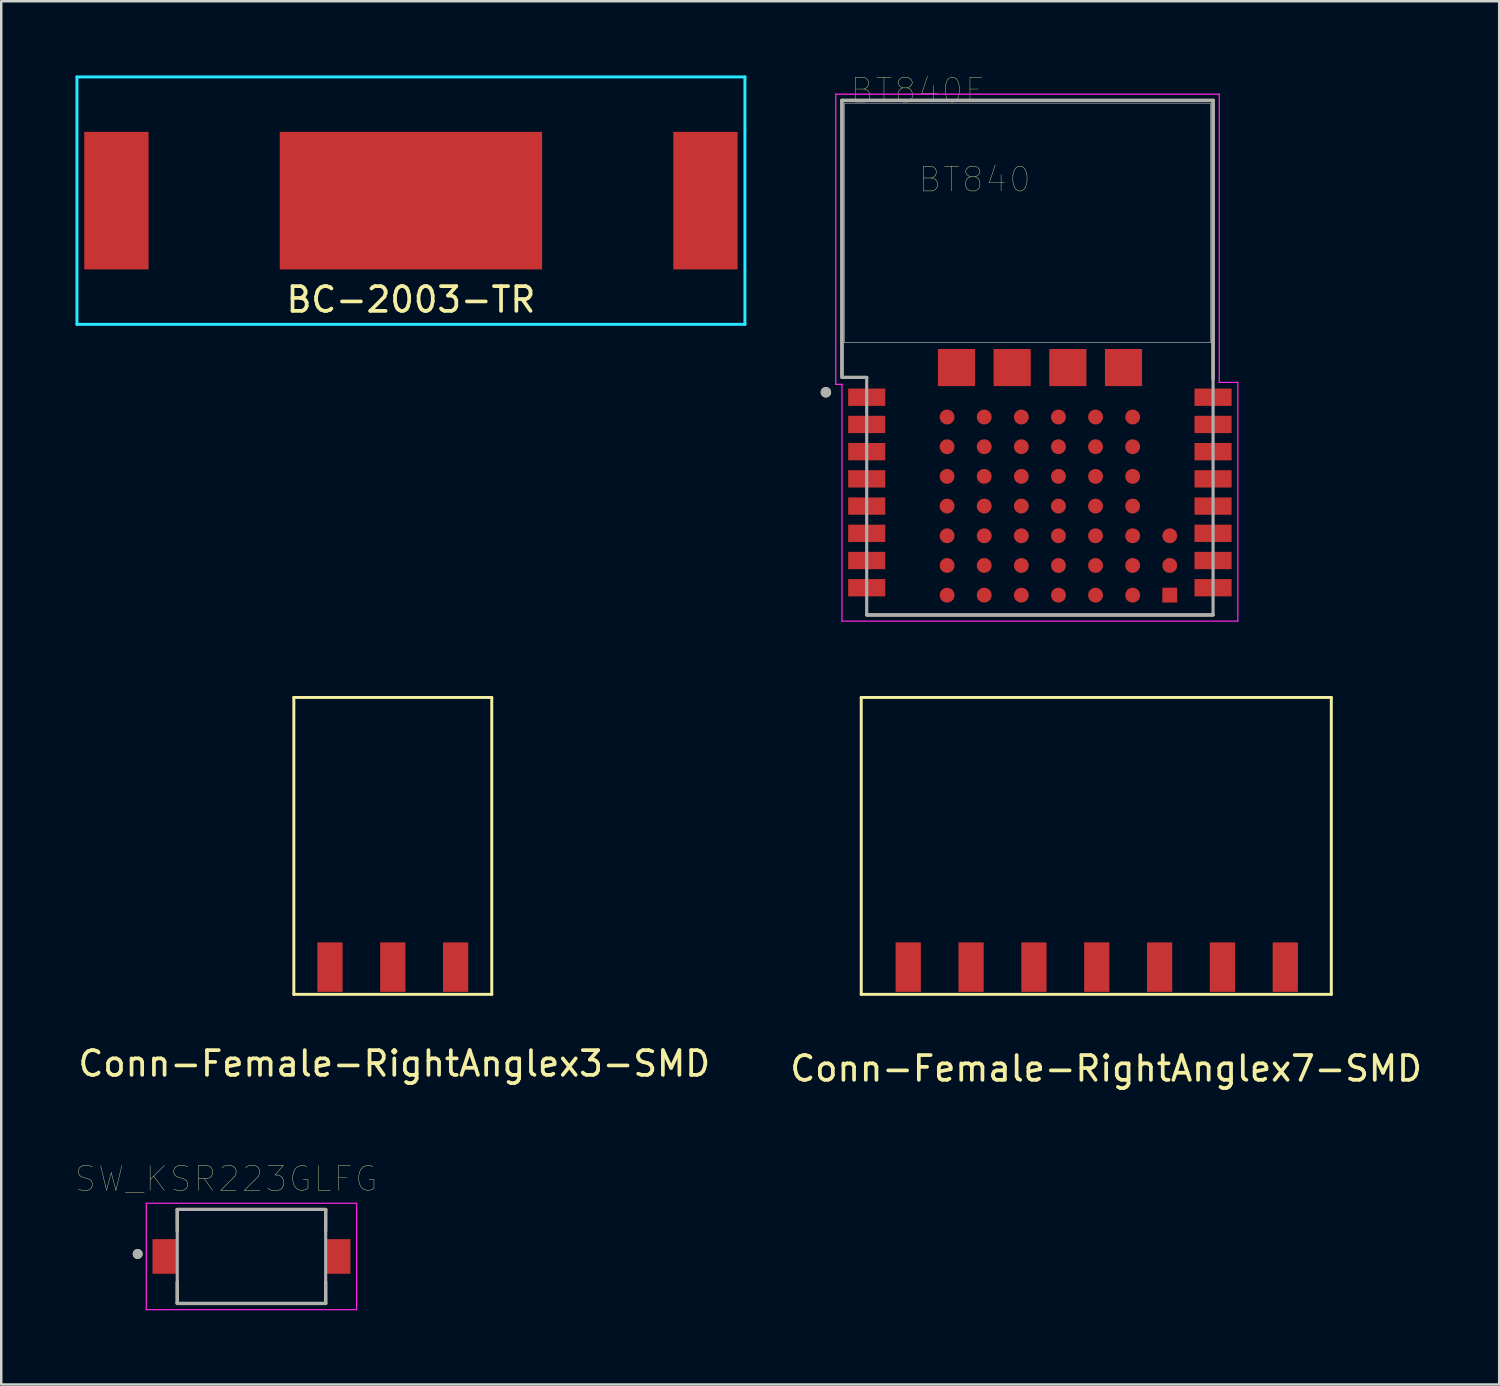
<source format=kicad_pcb>
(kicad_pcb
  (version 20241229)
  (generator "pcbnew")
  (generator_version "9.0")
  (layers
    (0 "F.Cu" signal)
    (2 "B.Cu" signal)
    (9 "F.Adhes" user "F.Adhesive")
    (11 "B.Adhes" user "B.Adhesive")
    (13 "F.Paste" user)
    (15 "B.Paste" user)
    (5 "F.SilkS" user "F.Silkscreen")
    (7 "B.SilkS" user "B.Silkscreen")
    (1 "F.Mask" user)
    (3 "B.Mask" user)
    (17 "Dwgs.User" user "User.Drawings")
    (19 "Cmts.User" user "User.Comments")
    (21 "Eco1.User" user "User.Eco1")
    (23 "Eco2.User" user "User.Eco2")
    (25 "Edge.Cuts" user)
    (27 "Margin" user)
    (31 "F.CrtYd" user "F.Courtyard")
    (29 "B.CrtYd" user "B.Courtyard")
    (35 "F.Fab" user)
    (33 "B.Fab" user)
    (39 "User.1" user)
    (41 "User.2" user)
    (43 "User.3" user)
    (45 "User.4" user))
  (footprint "Conn-Female-RightAnglex3-SMD"
    (layer "F.Cu")
    (at 10.287 36.041)
    (property "Reference" "Conn-Female-RightAnglex3-SMD" (at 2.6 3.9 0) (layer "F.SilkS") (effects (font (size 1 1) (thickness 0.15))))
    (attr through_hole)
    (fp_line (start -1.46 -10.9) (end 6.54 -10.9) (stroke (width 0.12) (type solid)) (layer "F.SilkS"))
    (fp_line (start -1.46 1.1) (end -1.46 -10.9) (stroke (width 0.12) (type solid)) (layer "F.SilkS"))
    (fp_line (start 6.54 -10.9) (end 6.54 1.1) (stroke (width 0.12) (type solid)) (layer "F.SilkS"))
    (fp_line (start 6.54 1.1) (end -1.46 1.1) (stroke (width 0.12) (type solid)) (layer "F.SilkS"))
    (pad "1" smd rect (at 0 0) (size 1.02 2) (layers "F.Cu" "F.Mask" "F.Paste"))
    (pad "2" smd rect (at 2.54 0) (size 1.02 2) (layers "F.Cu" "F.Mask" "F.Paste"))
    (pad "3" smd rect (at 5.08 0) (size 1.02 2) (layers "F.Cu" "F.Mask" "F.Paste")))
  (footprint "BT840F"
    (layer "F.Cu")
    (at 38.482 11.406)
    (property "Reference" "BT840F" (at -4.445 -10.795 0) (layer "F.SilkS") (effects (font (size 1 1) (thickness 0.015))))
    (attr through_hole)
    (fp_line (start -7.5 -10.4) (end 7.5 -10.4) (stroke (width 0.127) (type solid)) (layer "F.SilkS"))
    (fp_line (start -7.5 0.73) (end -7.5 -10.4) (stroke (width 0.127) (type solid)) (layer "F.SilkS"))
    (fp_line (start -6.5 0.8) (end -7.5 0.8) (stroke (width 0.127) (type solid)) (layer "F.SilkS"))
    (fp_line (start 7.5 -10.4) (end 7.5 0.85) (stroke (width 0.127) (type solid)) (layer "F.SilkS"))
    (fp_line (start 7.5 10.4) (end -6.5 10.4) (stroke (width 0.127) (type solid)) (layer "F.SilkS"))
    (fp_line (start 7.503 -5.6) (end 7.5 0.85) (stroke (width 0.001) (type solid)) (layer "F.SilkS"))
    (fp_circle (center -8.15 1.4) (end -8.038 1.4) (stroke (width 0.2) (type solid)) (fill no) (layer "F.SilkS"))
    (fp_poly (pts (xy -7.4 -10.29) (xy 7.4 -10.29) (xy 7.4 -0.6) (xy -7.4 -0.6)) (stroke (width 0.01) (type solid)) (fill no) (layer "Dwgs.User"))
    (fp_poly (pts (xy -7.4 -10.29) (xy 7.4 -10.29) (xy 7.4 -0.6) (xy -7.4 -0.6)) (stroke (width 0.01) (type solid)) (fill no) (layer "Dwgs.User"))
    (fp_poly (pts (xy -7.4 -10.29) (xy 7.4 -10.29) (xy 7.4 -0.6) (xy -7.4 -0.6)) (stroke (width 0.01) (type solid)) (fill no) (layer "Dwgs.User"))
    (fp_line (start -7.75 -10.65) (end 7.75 -10.65) (stroke (width 0.05) (type solid)) (layer "F.CrtYd"))
    (fp_line (start -7.75 1.08) (end -7.75 -10.65) (stroke (width 0.05) (type solid)) (layer "F.CrtYd"))
    (fp_line (start -7.5 1.08) (end -7.75 1.08) (stroke (width 0.05) (type solid)) (layer "F.CrtYd"))
    (fp_line (start -7.5 10.65) (end -7.5 1.08) (stroke (width 0.05) (type solid)) (layer "F.CrtYd"))
    (fp_line (start 7.75 -10.65) (end 7.75 1) (stroke (width 0.05) (type solid)) (layer "F.CrtYd"))
    (fp_line (start 7.75 1) (end 8.5 1) (stroke (width 0.05) (type solid)) (layer "F.CrtYd"))
    (fp_line (start 8.5 1) (end 8.5 10.65) (stroke (width 0.05) (type solid)) (layer "F.CrtYd"))
    (fp_line (start 8.5 10.65) (end -7.5 10.65) (stroke (width 0.05) (type solid)) (layer "F.CrtYd"))
    (fp_line (start -7.5 -10.4) (end 7.5 -10.4) (stroke (width 0.127) (type solid)) (layer "F.Fab"))
    (fp_line (start -7.5 0.73) (end -7.5 -10.4) (stroke (width 0.127) (type solid)) (layer "F.Fab"))
    (fp_line (start -6.505 10.398) (end -6.505 9.879) (stroke (width 0.001) (type solid)) (layer "F.Fab"))
    (fp_line (start -6.5 0.8) (end -7.5 0.8) (stroke (width 0.127) (type solid)) (layer "F.Fab"))
    (fp_line (start -6.5 10.4) (end -6.5 0.8) (stroke (width 0.127) (type solid)) (layer "F.Fab"))
    (fp_line (start 7.5 -10.4) (end 7.5 0.85) (stroke (width 0.127) (type solid)) (layer "F.Fab"))
    (fp_line (start 7.5 0.85) (end 7.5 10.4) (stroke (width 0.127) (type solid)) (layer "F.Fab"))
    (fp_line (start 7.5 10.4) (end -6.5 10.4) (stroke (width 0.127) (type solid)) (layer "F.Fab"))
    (fp_line (start 7.5 9.811) (end 7.5 10.39) (stroke (width 0.001) (type solid)) (layer "F.Fab"))
    (fp_line (start 7.503 -5.6) (end 7.5 0.85) (stroke (width 0.001) (type solid)) (layer "F.Fab"))
    (fp_circle (center -8.15 1.4) (end -8.038 1.4) (stroke (width 0.2) (type solid)) (fill no) (layer "F.Fab"))
    (fp_text user "BT840" (at -2.14 -7.2 0) (layer "F.SilkS") (effects (font (size 1 1) (thickness 0.015))))
    (pad "1" smd rect (at -6.5 1.6) (size 1.5 0.7) (layers "F.Cu" "F.Mask" "F.Paste"))
    (pad "2" smd rect (at -6.5 2.7) (size 1.5 0.7) (layers "F.Cu" "F.Mask" "F.Paste"))
    (pad "3" smd rect (at -6.5 3.8) (size 1.5 0.7) (layers "F.Cu" "F.Mask" "F.Paste"))
    (pad "4" smd rect (at -6.5 4.9) (size 1.5 0.7) (layers "F.Cu" "F.Mask" "F.Paste"))
    (pad "5" smd rect (at -6.5 6) (size 1.5 0.7) (layers "F.Cu" "F.Mask" "F.Paste"))
    (pad "6" smd rect (at -6.5 7.1) (size 1.5 0.7) (layers "F.Cu" "F.Mask" "F.Paste"))
    (pad "7" smd rect (at -6.5 8.2) (size 1.5 0.7) (layers "F.Cu" "F.Mask" "F.Paste"))
    (pad "8" smd rect (at -6.5 9.3) (size 1.5 0.7) (layers "F.Cu" "F.Mask" "F.Paste"))
    (pad "9" smd rect (at 7.5 9.3) (size 1.5 0.7) (layers "F.Cu" "F.Mask" "F.Paste"))
    (pad "10" smd rect (at 7.5 8.2) (size 1.5 0.7) (layers "F.Cu" "F.Mask" "F.Paste"))
    (pad "11" smd rect (at 7.5 7.1) (size 1.5 0.7) (layers "F.Cu" "F.Mask" "F.Paste"))
    (pad "12" smd rect (at 7.5 6) (size 1.5 0.7) (layers "F.Cu" "F.Mask" "F.Paste"))
    (pad "13" smd rect (at 7.5 4.9) (size 1.5 0.7) (layers "F.Cu" "F.Mask" "F.Paste"))
    (pad "14" smd rect (at 7.5 3.8) (size 1.5 0.7) (layers "F.Cu" "F.Mask" "F.Paste"))
    (pad "15" smd rect (at 7.5 2.7) (size 1.5 0.7) (layers "F.Cu" "F.Mask" "F.Paste"))
    (pad "16" smd rect (at 7.5 1.6) (size 1.5 0.7) (layers "F.Cu" "F.Mask" "F.Paste"))
    (pad "A0" smd circle (at -1.75 2.4) (size 0.6 0.6) (layers "F.Cu" "F.Mask" "F.Paste"))
    (pad "A1" smd circle (at -1.75 3.6) (size 0.6 0.6) (layers "F.Cu" "F.Mask" "F.Paste"))
    (pad "A2" smd circle (at -1.75 4.8) (size 0.6 0.6) (layers "F.Cu" "F.Mask" "F.Paste"))
    (pad "A3" smd circle (at -1.75 6) (size 0.6 0.6) (layers "F.Cu" "F.Mask" "F.Paste"))
    (pad "A4" smd circle (at -1.75 7.2) (size 0.6 0.6) (layers "F.Cu" "F.Mask" "F.Paste"))
    (pad "A5" smd circle (at -1.75 8.4) (size 0.6 0.6) (layers "F.Cu" "F.Mask" "F.Paste"))
    (pad "A6" smd circle (at -1.75 9.6) (size 0.6 0.6) (layers "F.Cu" "F.Mask" "F.Paste"))
    (pad "B0" smd circle (at -0.25 2.4) (size 0.6 0.6) (layers "F.Cu" "F.Mask" "F.Paste"))
    (pad "B1" smd circle (at -0.25 3.6) (size 0.6 0.6) (layers "F.Cu" "F.Mask" "F.Paste"))
    (pad "B2" smd circle (at -0.25 4.8) (size 0.6 0.6) (layers "F.Cu" "F.Mask" "F.Paste"))
    (pad "B3" smd circle (at -0.25 6) (size 0.6 0.6) (layers "F.Cu" "F.Mask" "F.Paste"))
    (pad "B4" smd circle (at -0.25 7.2) (size 0.6 0.6) (layers "F.Cu" "F.Mask" "F.Paste"))
    (pad "B5" smd circle (at -0.25 8.4) (size 0.6 0.6) (layers "F.Cu" "F.Mask" "F.Paste"))
    (pad "B6" smd circle (at -0.25 9.6) (size 0.6 0.6) (layers "F.Cu" "F.Mask" "F.Paste"))
    (pad "C0" smd circle (at 1.25 2.4) (size 0.6 0.6) (layers "F.Cu" "F.Mask" "F.Paste"))
    (pad "C1" smd circle (at 1.25 3.6) (size 0.6 0.6) (layers "F.Cu" "F.Mask" "F.Paste"))
    (pad "C2" smd circle (at 1.25 4.8) (size 0.6 0.6) (layers "F.Cu" "F.Mask" "F.Paste"))
    (pad "C3" smd circle (at 1.25 6) (size 0.6 0.6) (layers "F.Cu" "F.Mask" "F.Paste"))
    (pad "C4" smd circle (at 1.25 7.2) (size 0.6 0.6) (layers "F.Cu" "F.Mask" "F.Paste"))
    (pad "C5" smd circle (at 1.25 8.4) (size 0.6 0.6) (layers "F.Cu" "F.Mask" "F.Paste"))
    (pad "C6" smd circle (at 1.25 9.6) (size 0.6 0.6) (layers "F.Cu" "F.Mask" "F.Paste"))
    (pad "D0" smd circle (at 2.75 2.4) (size 0.6 0.6) (layers "F.Cu" "F.Mask" "F.Paste"))
    (pad "D1" smd circle (at 2.75 3.6) (size 0.6 0.6) (layers "F.Cu" "F.Mask" "F.Paste"))
    (pad "D2" smd circle (at 2.75 4.8) (size 0.6 0.6) (layers "F.Cu" "F.Mask" "F.Paste"))
    (pad "D3" smd circle (at 2.75 6) (size 0.6 0.6) (layers "F.Cu" "F.Mask" "F.Paste"))
    (pad "D4" smd circle (at 2.75 7.2) (size 0.6 0.6) (layers "F.Cu" "F.Mask" "F.Paste"))
    (pad "D5" smd circle (at 2.75 8.4) (size 0.6 0.6) (layers "F.Cu" "F.Mask" "F.Paste"))
    (pad "D6" smd circle (at 2.75 9.6) (size 0.6 0.6) (layers "F.Cu" "F.Mask" "F.Paste"))
    (pad "E0" smd circle (at 4.25 2.4) (size 0.6 0.6) (layers "F.Cu" "F.Mask" "F.Paste"))
    (pad "E1" smd circle (at 4.25 3.6) (size 0.6 0.6) (layers "F.Cu" "F.Mask" "F.Paste"))
    (pad "E2" smd circle (at 4.25 4.8) (size 0.6 0.6) (layers "F.Cu" "F.Mask" "F.Paste"))
    (pad "E3" smd circle (at 4.25 6) (size 0.6 0.6) (layers "F.Cu" "F.Mask" "F.Paste"))
    (pad "E4" smd circle (at 4.25 7.2) (size 0.6 0.6) (layers "F.Cu" "F.Mask" "F.Paste"))
    (pad "E5" smd circle (at 4.25 8.4) (size 0.6 0.6) (layers "F.Cu" "F.Mask" "F.Paste"))
    (pad "E6" smd circle (at 4.25 9.6) (size 0.6 0.6) (layers "F.Cu" "F.Mask" "F.Paste"))
    (pad "F0" smd rect (at -2.87 0.4) (size 1.5 1.5) (layers "F.Cu" "F.Mask" "F.Paste"))
    (pad "F1" smd rect (at -0.62 0.4) (size 1.5 1.5) (layers "F.Cu" "F.Mask" "F.Paste"))
    (pad "F2" smd rect (at 1.63 0.4) (size 1.5 1.5) (layers "F.Cu" "F.Mask" "F.Paste"))
    (pad "F3" smd rect (at 3.88 0.4) (size 1.5 1.5) (layers "F.Cu" "F.Mask" "F.Paste"))
    (pad "F4" smd circle (at 5.75 7.2) (size 0.6 0.6) (layers "F.Cu" "F.Mask" "F.Paste"))
    (pad "F5" smd circle (at 5.75 8.4) (size 0.6 0.6) (layers "F.Cu" "F.Mask" "F.Paste"))
    (pad "F6" smd rect (at 5.75 9.6) (size 0.6 0.6) (layers "F.Cu" "F.Mask" "F.Paste"))
    (pad "Z0" smd circle (at -3.25 2.4) (size 0.6 0.6) (layers "F.Cu" "F.Mask" "F.Paste"))
    (pad "Z1" smd circle (at -3.25 3.6) (size 0.6 0.6) (layers "F.Cu" "F.Mask" "F.Paste"))
    (pad "Z2" smd circle (at -3.25 4.8) (size 0.6 0.6) (layers "F.Cu" "F.Mask" "F.Paste"))
    (pad "Z3" smd circle (at -3.25 6) (size 0.6 0.6) (layers "F.Cu" "F.Mask" "F.Paste"))
    (pad "Z4" smd circle (at -3.25 7.2) (size 0.6 0.6) (layers "F.Cu" "F.Mask" "F.Paste"))
    (pad "Z5" smd circle (at -3.25 8.4) (size 0.6 0.6) (layers "F.Cu" "F.Mask" "F.Paste"))
    (pad "Z6" smd circle (at -3.25 9.6) (size 0.6 0.6) (layers "F.Cu" "F.Mask" "F.Paste")))
  (footprint "BC-2003-TR"
    (layer "F.Cu")
    (at 13.56 5.06)
    (property "Reference" "BC-2003-TR" (at 0 4 0) (layer "F.SilkS") (effects (font (size 1 1) (thickness 0.15))))
    (attr through_hole)
    (fp_line (start -13.5 -5) (end -13.5 5) (stroke (width 0.12) (type solid)) (layer "B.CrtYd"))
    (fp_line (start -13.5 -5) (end 13.5 -5) (stroke (width 0.12) (type solid)) (layer "B.CrtYd"))
    (fp_line (start -13.5 5) (end 13.5 5) (stroke (width 0.12) (type solid)) (layer "B.CrtYd"))
    (fp_line (start 13.5 -5) (end 13.5 5) (stroke (width 0.12) (type solid)) (layer "B.CrtYd"))
    (pad "1" smd rect (at -11.905 0) (size 2.6 5.56) (layers "F.Cu" "F.Mask" "F.Paste"))
    (pad "2" smd rect (at 0 0) (size 10.605 5.56) (layers "F.Cu" "F.Mask" "F.Paste"))
    (pad "3" smd rect (at 11.905 0) (size 2.6 5.56) (layers "F.Cu" "F.Mask" "F.Paste")))
  (footprint "Conn-Female-RightAnglex7-SMD"
    (layer "F.Cu")
    (at 33.661 36.041)
    (property "Reference" "Conn-Female-RightAnglex7-SMD" (at 8 4.1 0) (layer "F.SilkS") (effects (font (size 1 1) (thickness 0.15))))
    (attr through_hole)
    (fp_line (start -1.9 -10.9) (end 17.1 -10.9) (stroke (width 0.12) (type solid)) (layer "F.SilkS"))
    (fp_line (start -1.9 1.1) (end -1.9 -10.9) (stroke (width 0.12) (type solid)) (layer "F.SilkS"))
    (fp_line (start 17.1 -10.9) (end 17.1 1.1) (stroke (width 0.12) (type solid)) (layer "F.SilkS"))
    (fp_line (start 17.1 1.1) (end -1.9 1.1) (stroke (width 0.12) (type solid)) (layer "F.SilkS"))
    (pad "1" smd rect (at 0 0) (size 1.02 2) (layers "F.Cu" "F.Mask" "F.Paste"))
    (pad "2" smd rect (at 2.54 0) (size 1.02 2) (layers "F.Cu" "F.Mask" "F.Paste"))
    (pad "3" smd rect (at 5.08 0) (size 1.02 2) (layers "F.Cu" "F.Mask" "F.Paste"))
    (pad "4" smd rect (at 7.62 0) (size 1.02 2) (layers "F.Cu" "F.Mask" "F.Paste"))
    (pad "5" smd rect (at 10.16 0) (size 1.02 2) (layers "F.Cu" "F.Mask" "F.Paste"))
    (pad "6" smd rect (at 12.7 0) (size 1.02 2) (layers "F.Cu" "F.Mask" "F.Paste"))
    (pad "7" smd rect (at 15.24 0) (size 1.02 2) (layers "F.Cu" "F.Mask" "F.Paste")))
  (footprint "SW_KSR223GLFG"
    (layer "F.Cu")
    (at 7.114 47.736)
    (property "Reference" "SW_KSR223GLFG" (at -1.025 -3.135 0) (layer "F.SilkS") (effects (font (size 1 1) (thickness 0.015))))
    (attr through_hole)
    (fp_line (start -3 -1.9) (end 3 -1.9) (stroke (width 0.127) (type solid)) (layer "F.SilkS"))
    (fp_line (start -3 -1.03) (end -3 -1.9) (stroke (width 0.127) (type solid)) (layer "F.SilkS"))
    (fp_line (start -3 1.03) (end -3 1.9) (stroke (width 0.127) (type solid)) (layer "F.SilkS"))
    (fp_line (start -3 1.9) (end 3 1.9) (stroke (width 0.127) (type solid)) (layer "F.SilkS"))
    (fp_line (start 3 -1.9) (end 3 -1.03) (stroke (width 0.127) (type solid)) (layer "F.SilkS"))
    (fp_line (start 3 1.9) (end 3 1.03) (stroke (width 0.127) (type solid)) (layer "F.SilkS"))
    (fp_circle (center -4.6 -0.1) (end -4.5 -0.1) (stroke (width 0.2) (type solid)) (fill no) (layer "F.SilkS"))
    (fp_line (start -4.25 -2.15) (end 4.25 -2.15) (stroke (width 0.05) (type solid)) (layer "F.CrtYd"))
    (fp_line (start -4.25 2.15) (end -4.25 -2.15) (stroke (width 0.05) (type solid)) (layer "F.CrtYd"))
    (fp_line (start 4.25 -2.15) (end 4.25 2.15) (stroke (width 0.05) (type solid)) (layer "F.CrtYd"))
    (fp_line (start 4.25 2.15) (end -4.25 2.15) (stroke (width 0.05) (type solid)) (layer "F.CrtYd"))
    (fp_line (start -3 -1.9) (end 3 -1.9) (stroke (width 0.127) (type solid)) (layer "F.Fab"))
    (fp_line (start -3 1.9) (end -3 -1.9) (stroke (width 0.127) (type solid)) (layer "F.Fab"))
    (fp_line (start 3 -1.9) (end 3 1.9) (stroke (width 0.127) (type solid)) (layer "F.Fab"))
    (fp_line (start 3 1.9) (end -3 1.9) (stroke (width 0.127) (type solid)) (layer "F.Fab"))
    (fp_circle (center -4.6 -0.1) (end -4.5 -0.1) (stroke (width 0.2) (type solid)) (fill no) (layer "F.Fab"))
    (pad "1" smd rect (at -3.5 0) (size 1 1.4) (layers "F.Cu" "F.Mask" "F.Paste"))
    (pad "2" smd rect (at 3.5 0) (size 1 1.4) (layers "F.Cu" "F.Mask" "F.Paste")))
  (gr_rect
    (start -3 -3)
    (end 57.548 52.911)
    (stroke (width 0.1) (type default))
    (fill no)
    (layer "Edge.Cuts")))
</source>
